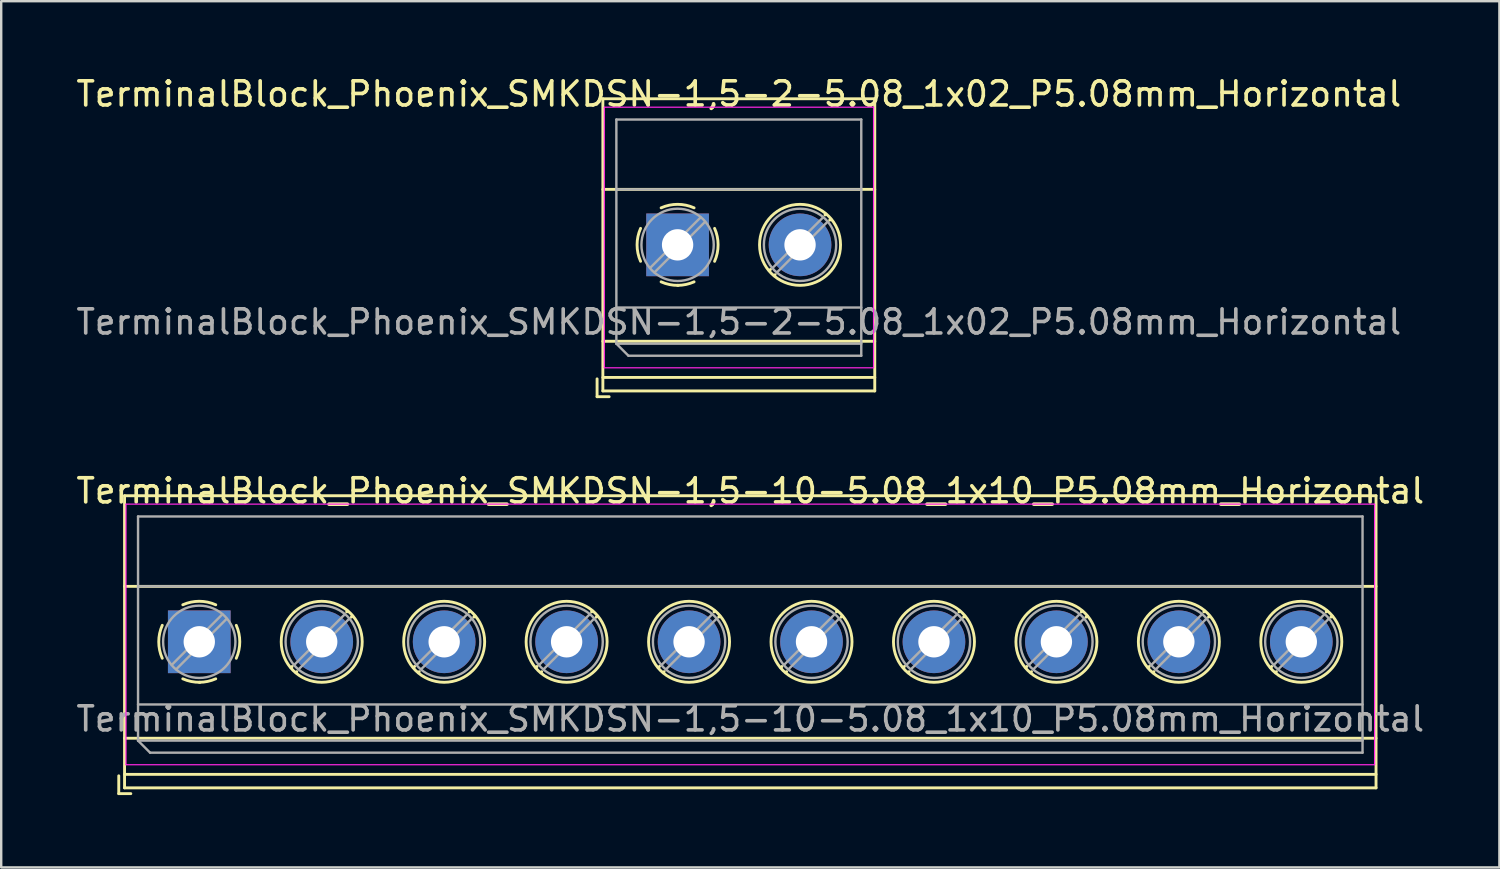
<source format=kicad_pcb>
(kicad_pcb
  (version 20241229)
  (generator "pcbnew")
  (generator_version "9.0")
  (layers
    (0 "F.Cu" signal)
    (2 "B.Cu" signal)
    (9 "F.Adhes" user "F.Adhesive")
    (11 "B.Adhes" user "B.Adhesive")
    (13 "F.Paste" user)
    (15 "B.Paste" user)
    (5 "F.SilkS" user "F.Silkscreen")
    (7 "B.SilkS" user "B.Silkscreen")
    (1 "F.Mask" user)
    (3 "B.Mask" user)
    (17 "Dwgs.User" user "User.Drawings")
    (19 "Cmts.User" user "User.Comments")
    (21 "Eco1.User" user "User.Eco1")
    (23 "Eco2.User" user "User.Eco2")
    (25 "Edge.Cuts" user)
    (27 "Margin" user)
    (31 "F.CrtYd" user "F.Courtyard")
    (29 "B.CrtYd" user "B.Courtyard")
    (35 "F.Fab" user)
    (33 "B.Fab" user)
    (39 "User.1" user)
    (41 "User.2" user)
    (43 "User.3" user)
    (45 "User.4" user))
  (footprint "TerminalBlock_Phoenix_SMKDSN-1,5-10-5.08_1x10_P5.08mm_Horizontal"
    (layer "F.Cu")
    (at 5.217 23.576)
    (property "Reference" "TerminalBlock_Phoenix_SMKDSN-1,5-10-5.08_1x10_P5.08mm_Horizontal" (at 22.86 -6.26 0) (layer "F.SilkS") (effects (font (size 1 1) (thickness 0.15))))
    (attr through_hole)
    (fp_line (start -3.34 5.56) (end -3.34 6.3) (stroke (width 0.12) (type solid)) (layer "F.SilkS"))
    (fp_line (start -3.34 6.3) (end -2.84 6.3) (stroke (width 0.12) (type solid)) (layer "F.SilkS"))
    (fp_line (start -3.1 -6.06) (end -3.1 6.06) (stroke (width 0.12) (type solid)) (layer "F.SilkS"))
    (fp_line (start -3.1 -6.06) (end 48.82 -6.06) (stroke (width 0.12) (type solid)) (layer "F.SilkS"))
    (fp_line (start -3.1 -2.3) (end 48.82 -2.3) (stroke (width 0.12) (type solid)) (layer "F.SilkS"))
    (fp_line (start -3.1 4) (end 48.82 4) (stroke (width 0.12) (type solid)) (layer "F.SilkS"))
    (fp_line (start -3.1 5.5) (end 48.82 5.5) (stroke (width 0.12) (type solid)) (layer "F.SilkS"))
    (fp_line (start -3.1 6.06) (end 48.82 6.06) (stroke (width 0.12) (type solid)) (layer "F.SilkS"))
    (fp_line (start 3.853 1.023) (end 3.806 1.069) (stroke (width 0.12) (type solid)) (layer "F.SilkS"))
    (fp_line (start 4.046 1.239) (end 4.011 1.274) (stroke (width 0.12) (type solid)) (layer "F.SilkS"))
    (fp_line (start 6.15 -1.275) (end 6.115 -1.239) (stroke (width 0.12) (type solid)) (layer "F.SilkS"))
    (fp_line (start 6.355 -1.069) (end 6.308 -1.023) (stroke (width 0.12) (type solid)) (layer "F.SilkS"))
    (fp_line (start 8.933 1.023) (end 8.886 1.069) (stroke (width 0.12) (type solid)) (layer "F.SilkS"))
    (fp_line (start 9.126 1.239) (end 9.091 1.274) (stroke (width 0.12) (type solid)) (layer "F.SilkS"))
    (fp_line (start 11.23 -1.275) (end 11.195 -1.239) (stroke (width 0.12) (type solid)) (layer "F.SilkS"))
    (fp_line (start 11.435 -1.069) (end 11.388 -1.023) (stroke (width 0.12) (type solid)) (layer "F.SilkS"))
    (fp_line (start 14.013 1.023) (end 13.966 1.069) (stroke (width 0.12) (type solid)) (layer "F.SilkS"))
    (fp_line (start 14.206 1.239) (end 14.171 1.274) (stroke (width 0.12) (type solid)) (layer "F.SilkS"))
    (fp_line (start 16.31 -1.275) (end 16.275 -1.239) (stroke (width 0.12) (type solid)) (layer "F.SilkS"))
    (fp_line (start 16.515 -1.069) (end 16.468 -1.023) (stroke (width 0.12) (type solid)) (layer "F.SilkS"))
    (fp_line (start 19.093 1.023) (end 19.046 1.069) (stroke (width 0.12) (type solid)) (layer "F.SilkS"))
    (fp_line (start 19.286 1.239) (end 19.251 1.274) (stroke (width 0.12) (type solid)) (layer "F.SilkS"))
    (fp_line (start 21.39 -1.275) (end 21.355 -1.239) (stroke (width 0.12) (type solid)) (layer "F.SilkS"))
    (fp_line (start 21.595 -1.069) (end 21.548 -1.023) (stroke (width 0.12) (type solid)) (layer "F.SilkS"))
    (fp_line (start 24.173 1.023) (end 24.126 1.069) (stroke (width 0.12) (type solid)) (layer "F.SilkS"))
    (fp_line (start 24.366 1.239) (end 24.331 1.274) (stroke (width 0.12) (type solid)) (layer "F.SilkS"))
    (fp_line (start 26.47 -1.275) (end 26.435 -1.239) (stroke (width 0.12) (type solid)) (layer "F.SilkS"))
    (fp_line (start 26.675 -1.069) (end 26.628 -1.023) (stroke (width 0.12) (type solid)) (layer "F.SilkS"))
    (fp_line (start 29.253 1.023) (end 29.206 1.069) (stroke (width 0.12) (type solid)) (layer "F.SilkS"))
    (fp_line (start 29.446 1.239) (end 29.411 1.274) (stroke (width 0.12) (type solid)) (layer "F.SilkS"))
    (fp_line (start 31.55 -1.275) (end 31.515 -1.239) (stroke (width 0.12) (type solid)) (layer "F.SilkS"))
    (fp_line (start 31.755 -1.069) (end 31.708 -1.023) (stroke (width 0.12) (type solid)) (layer "F.SilkS"))
    (fp_line (start 34.333 1.023) (end 34.286 1.069) (stroke (width 0.12) (type solid)) (layer "F.SilkS"))
    (fp_line (start 34.526 1.239) (end 34.491 1.274) (stroke (width 0.12) (type solid)) (layer "F.SilkS"))
    (fp_line (start 36.63 -1.275) (end 36.595 -1.239) (stroke (width 0.12) (type solid)) (layer "F.SilkS"))
    (fp_line (start 36.835 -1.069) (end 36.788 -1.023) (stroke (width 0.12) (type solid)) (layer "F.SilkS"))
    (fp_line (start 39.413 1.023) (end 39.366 1.069) (stroke (width 0.12) (type solid)) (layer "F.SilkS"))
    (fp_line (start 39.606 1.239) (end 39.571 1.274) (stroke (width 0.12) (type solid)) (layer "F.SilkS"))
    (fp_line (start 41.71 -1.275) (end 41.675 -1.239) (stroke (width 0.12) (type solid)) (layer "F.SilkS"))
    (fp_line (start 41.915 -1.069) (end 41.868 -1.023) (stroke (width 0.12) (type solid)) (layer "F.SilkS"))
    (fp_line (start 44.493 1.023) (end 44.446 1.069) (stroke (width 0.12) (type solid)) (layer "F.SilkS"))
    (fp_line (start 44.686 1.239) (end 44.651 1.274) (stroke (width 0.12) (type solid)) (layer "F.SilkS"))
    (fp_line (start 46.79 -1.275) (end 46.755 -1.239) (stroke (width 0.12) (type solid)) (layer "F.SilkS"))
    (fp_line (start 46.995 -1.069) (end 46.948 -1.023) (stroke (width 0.12) (type solid)) (layer "F.SilkS"))
    (fp_line (start 48.82 -6.06) (end 48.82 6.06) (stroke (width 0.12) (type solid)) (layer "F.SilkS"))
    (fp_arc (start -1.535427 0.683042) (mid -1.680501 -0.000524) (end -1.535 -0.684) (stroke (width 0.12) (type solid)) (layer "F.SilkS"))
    (fp_arc (start -0.683042 -1.535427) (mid 0.000524 -1.680501) (end 0.684 -1.535) (stroke (width 0.12) (type solid)) (layer "F.SilkS"))
    (fp_arc (start 0.028805 1.680253) (mid -0.335551 1.646659) (end -0.684 1.535) (stroke (width 0.12) (type solid)) (layer "F.SilkS"))
    (fp_arc (start 0.683318 1.534756) (mid 0.349292 1.643288) (end 0 1.68) (stroke (width 0.12) (type solid)) (layer "F.SilkS"))
    (fp_arc (start 1.535427 -0.683042) (mid 1.680501 0.000524) (end 1.535 0.684) (stroke (width 0.12) (type solid)) (layer "F.SilkS"))
    (fp_circle (center 5.08 0) (end 6.76 0) (stroke (width 0.12) (type solid)) (fill no) (layer "F.SilkS"))
    (fp_circle (center 10.16 0) (end 11.84 0) (stroke (width 0.12) (type solid)) (fill no) (layer "F.SilkS"))
    (fp_circle (center 15.24 0) (end 16.92 0) (stroke (width 0.12) (type solid)) (fill no) (layer "F.SilkS"))
    (fp_circle (center 20.32 0) (end 22 0) (stroke (width 0.12) (type solid)) (fill no) (layer "F.SilkS"))
    (fp_circle (center 25.4 0) (end 27.08 0) (stroke (width 0.12) (type solid)) (fill no) (layer "F.SilkS"))
    (fp_circle (center 30.48 0) (end 32.16 0) (stroke (width 0.12) (type solid)) (fill no) (layer "F.SilkS"))
    (fp_circle (center 35.56 0) (end 37.24 0) (stroke (width 0.12) (type solid)) (fill no) (layer "F.SilkS"))
    (fp_circle (center 40.64 0) (end 42.32 0) (stroke (width 0.12) (type solid)) (fill no) (layer "F.SilkS"))
    (fp_circle (center 45.72 0) (end 47.4 0) (stroke (width 0.12) (type solid)) (fill no) (layer "F.SilkS"))
    (fp_line (start -3.04 -5.71) (end -3.04 5.1) (stroke (width 0.05) (type solid)) (layer "F.CrtYd"))
    (fp_line (start -3.04 5.1) (end 48.76 5.1) (stroke (width 0.05) (type solid)) (layer "F.CrtYd"))
    (fp_line (start 48.76 -5.71) (end -3.04 -5.71) (stroke (width 0.05) (type solid)) (layer "F.CrtYd"))
    (fp_line (start 48.76 5.1) (end 48.76 -5.71) (stroke (width 0.05) (type solid)) (layer "F.CrtYd"))
    (fp_line (start -2.54 -5.2) (end 48.26 -5.2) (stroke (width 0.1) (type solid)) (layer "F.Fab"))
    (fp_line (start -2.54 -2.3) (end 48.26 -2.3) (stroke (width 0.1) (type solid)) (layer "F.Fab"))
    (fp_line (start -2.54 2.6) (end 48.26 2.6) (stroke (width 0.1) (type solid)) (layer "F.Fab"))
    (fp_line (start -2.54 4.1) (end -2.54 -5.2) (stroke (width 0.1) (type solid)) (layer "F.Fab"))
    (fp_line (start -2.54 4.1) (end 48.26 4.1) (stroke (width 0.1) (type solid)) (layer "F.Fab"))
    (fp_line (start -2.04 4.6) (end -2.54 4.1) (stroke (width 0.1) (type solid)) (layer "F.Fab"))
    (fp_line (start 0.955 -1.138) (end -1.138 0.955) (stroke (width 0.1) (type solid)) (layer "F.Fab"))
    (fp_line (start 1.138 -0.955) (end -0.955 1.138) (stroke (width 0.1) (type solid)) (layer "F.Fab"))
    (fp_line (start 6.035 -1.138) (end 3.943 0.955) (stroke (width 0.1) (type solid)) (layer "F.Fab"))
    (fp_line (start 6.218 -0.955) (end 4.126 1.138) (stroke (width 0.1) (type solid)) (layer "F.Fab"))
    (fp_line (start 11.115 -1.138) (end 9.023 0.955) (stroke (width 0.1) (type solid)) (layer "F.Fab"))
    (fp_line (start 11.298 -0.955) (end 9.206 1.138) (stroke (width 0.1) (type solid)) (layer "F.Fab"))
    (fp_line (start 16.195 -1.138) (end 14.103 0.955) (stroke (width 0.1) (type solid)) (layer "F.Fab"))
    (fp_line (start 16.378 -0.955) (end 14.286 1.138) (stroke (width 0.1) (type solid)) (layer "F.Fab"))
    (fp_line (start 21.275 -1.138) (end 19.183 0.955) (stroke (width 0.1) (type solid)) (layer "F.Fab"))
    (fp_line (start 21.458 -0.955) (end 19.366 1.138) (stroke (width 0.1) (type solid)) (layer "F.Fab"))
    (fp_line (start 26.355 -1.138) (end 24.263 0.955) (stroke (width 0.1) (type solid)) (layer "F.Fab"))
    (fp_line (start 26.538 -0.955) (end 24.446 1.138) (stroke (width 0.1) (type solid)) (layer "F.Fab"))
    (fp_line (start 31.435 -1.138) (end 29.343 0.955) (stroke (width 0.1) (type solid)) (layer "F.Fab"))
    (fp_line (start 31.618 -0.955) (end 29.526 1.138) (stroke (width 0.1) (type solid)) (layer "F.Fab"))
    (fp_line (start 36.515 -1.138) (end 34.423 0.955) (stroke (width 0.1) (type solid)) (layer "F.Fab"))
    (fp_line (start 36.698 -0.955) (end 34.606 1.138) (stroke (width 0.1) (type solid)) (layer "F.Fab"))
    (fp_line (start 41.595 -1.138) (end 39.503 0.955) (stroke (width 0.1) (type solid)) (layer "F.Fab"))
    (fp_line (start 41.778 -0.955) (end 39.686 1.138) (stroke (width 0.1) (type solid)) (layer "F.Fab"))
    (fp_line (start 46.675 -1.138) (end 44.583 0.955) (stroke (width 0.1) (type solid)) (layer "F.Fab"))
    (fp_line (start 46.858 -0.955) (end 44.766 1.138) (stroke (width 0.1) (type solid)) (layer "F.Fab"))
    (fp_line (start 48.26 -5.2) (end 48.26 4.6) (stroke (width 0.1) (type solid)) (layer "F.Fab"))
    (fp_line (start 48.26 4.6) (end -2.04 4.6) (stroke (width 0.1) (type solid)) (layer "F.Fab"))
    (fp_circle (center 0 0) (end 1.5 0) (stroke (width 0.1) (type solid)) (fill no) (layer "F.Fab"))
    (fp_circle (center 5.08 0) (end 6.58 0) (stroke (width 0.1) (type solid)) (fill no) (layer "F.Fab"))
    (fp_circle (center 10.16 0) (end 11.66 0) (stroke (width 0.1) (type solid)) (fill no) (layer "F.Fab"))
    (fp_circle (center 15.24 0) (end 16.74 0) (stroke (width 0.1) (type solid)) (fill no) (layer "F.Fab"))
    (fp_circle (center 20.32 0) (end 21.82 0) (stroke (width 0.1) (type solid)) (fill no) (layer "F.Fab"))
    (fp_circle (center 25.4 0) (end 26.9 0) (stroke (width 0.1) (type solid)) (fill no) (layer "F.Fab"))
    (fp_circle (center 30.48 0) (end 31.98 0) (stroke (width 0.1) (type solid)) (fill no) (layer "F.Fab"))
    (fp_circle (center 35.56 0) (end 37.06 0) (stroke (width 0.1) (type solid)) (fill no) (layer "F.Fab"))
    (fp_circle (center 40.64 0) (end 42.14 0) (stroke (width 0.1) (type solid)) (fill no) (layer "F.Fab"))
    (fp_circle (center 45.72 0) (end 47.22 0) (stroke (width 0.1) (type solid)) (fill no) (layer "F.Fab"))
    (fp_text user "${REFERENCE}" (at 22.86 3.2 0) (layer "F.Fab") (effects (font (size 1 1) (thickness 0.15))))
    (pad "1" thru_hole rect (at 0 0) (size 2.6 2.6) (drill 1.3) (layers "*.Cu" "*.Mask"))
    (pad "2" thru_hole circle (at 5.08 0) (size 2.6 2.6) (drill 1.3) (layers "*.Cu" "*.Mask"))
    (pad "3" thru_hole circle (at 10.16 0) (size 2.6 2.6) (drill 1.3) (layers "*.Cu" "*.Mask"))
    (pad "4" thru_hole circle (at 15.24 0) (size 2.6 2.6) (drill 1.3) (layers "*.Cu" "*.Mask"))
    (pad "5" thru_hole circle (at 20.32 0) (size 2.6 2.6) (drill 1.3) (layers "*.Cu" "*.Mask"))
    (pad "6" thru_hole circle (at 25.4 0) (size 2.6 2.6) (drill 1.3) (layers "*.Cu" "*.Mask"))
    (pad "7" thru_hole circle (at 30.48 0) (size 2.6 2.6) (drill 1.3) (layers "*.Cu" "*.Mask"))
    (pad "8" thru_hole circle (at 35.56 0) (size 2.6 2.6) (drill 1.3) (layers "*.Cu" "*.Mask"))
    (pad "9" thru_hole circle (at 40.64 0) (size 2.6 2.6) (drill 1.3) (layers "*.Cu" "*.Mask"))
    (pad "10" thru_hole circle (at 45.72 0) (size 2.6 2.6) (drill 1.3) (layers "*.Cu" "*.Mask")))
  (footprint "TerminalBlock_Phoenix_SMKDSN-1,5-2-5.08_1x02_P5.08mm_Horizontal"
    (layer "F.Cu")
    (at 25.061 7.108)
    (property "Reference" "TerminalBlock_Phoenix_SMKDSN-1,5-2-5.08_1x02_P5.08mm_Horizontal" (at 2.54 -6.26 0) (layer "F.SilkS") (effects (font (size 1 1) (thickness 0.15))))
    (attr through_hole)
    (fp_line (start -3.34 5.56) (end -3.34 6.3) (stroke (width 0.12) (type solid)) (layer "F.SilkS"))
    (fp_line (start -3.34 6.3) (end -2.84 6.3) (stroke (width 0.12) (type solid)) (layer "F.SilkS"))
    (fp_line (start -3.1 -6.06) (end -3.1 6.06) (stroke (width 0.12) (type solid)) (layer "F.SilkS"))
    (fp_line (start -3.1 -6.06) (end 8.18 -6.06) (stroke (width 0.12) (type solid)) (layer "F.SilkS"))
    (fp_line (start -3.1 -2.301) (end 8.18 -2.301) (stroke (width 0.12) (type solid)) (layer "F.SilkS"))
    (fp_line (start -3.1 4) (end 8.18 4) (stroke (width 0.12) (type solid)) (layer "F.SilkS"))
    (fp_line (start -3.1 5.5) (end 8.18 5.5) (stroke (width 0.12) (type solid)) (layer "F.SilkS"))
    (fp_line (start -3.1 6.06) (end 8.18 6.06) (stroke (width 0.12) (type solid)) (layer "F.SilkS"))
    (fp_line (start 3.853 1.023) (end 3.806 1.069) (stroke (width 0.12) (type solid)) (layer "F.SilkS"))
    (fp_line (start 4.046 1.239) (end 4.011 1.274) (stroke (width 0.12) (type solid)) (layer "F.SilkS"))
    (fp_line (start 6.15 -1.275) (end 6.115 -1.239) (stroke (width 0.12) (type solid)) (layer "F.SilkS"))
    (fp_line (start 6.355 -1.069) (end 6.308 -1.023) (stroke (width 0.12) (type solid)) (layer "F.SilkS"))
    (fp_line (start 8.18 -6.06) (end 8.18 6.06) (stroke (width 0.12) (type solid)) (layer "F.SilkS"))
    (fp_arc (start -1.535427 0.683042) (mid -1.680501 -0.000524) (end -1.535 -0.684) (stroke (width 0.12) (type solid)) (layer "F.SilkS"))
    (fp_arc (start -0.683042 -1.535427) (mid 0.000524 -1.680501) (end 0.684 -1.535) (stroke (width 0.12) (type solid)) (layer "F.SilkS"))
    (fp_arc (start 0.028805 1.680253) (mid -0.335551 1.646659) (end -0.684 1.535) (stroke (width 0.12) (type solid)) (layer "F.SilkS"))
    (fp_arc (start 0.683318 1.534756) (mid 0.349292 1.643288) (end 0 1.68) (stroke (width 0.12) (type solid)) (layer "F.SilkS"))
    (fp_arc (start 1.535427 -0.683042) (mid 1.680501 0.000524) (end 1.535 0.684) (stroke (width 0.12) (type solid)) (layer "F.SilkS"))
    (fp_circle (center 5.08 0) (end 6.76 0) (stroke (width 0.12) (type solid)) (fill no) (layer "F.SilkS"))
    (fp_line (start -3.04 -5.71) (end -3.04 5.1) (stroke (width 0.05) (type solid)) (layer "F.CrtYd"))
    (fp_line (start -3.04 5.1) (end 8.13 5.1) (stroke (width 0.05) (type solid)) (layer "F.CrtYd"))
    (fp_line (start 8.13 -5.71) (end -3.04 -5.71) (stroke (width 0.05) (type solid)) (layer "F.CrtYd"))
    (fp_line (start 8.13 5.1) (end 8.13 -5.71) (stroke (width 0.05) (type solid)) (layer "F.CrtYd"))
    (fp_line (start -2.54 -5.2) (end 7.62 -5.2) (stroke (width 0.1) (type solid)) (layer "F.Fab"))
    (fp_line (start -2.54 -2.3) (end 7.62 -2.3) (stroke (width 0.1) (type solid)) (layer "F.Fab"))
    (fp_line (start -2.54 2.6) (end 7.62 2.6) (stroke (width 0.1) (type solid)) (layer "F.Fab"))
    (fp_line (start -2.54 4.1) (end -2.54 -5.2) (stroke (width 0.1) (type solid)) (layer "F.Fab"))
    (fp_line (start -2.54 4.1) (end 7.62 4.1) (stroke (width 0.1) (type solid)) (layer "F.Fab"))
    (fp_line (start -2.04 4.6) (end -2.54 4.1) (stroke (width 0.1) (type solid)) (layer "F.Fab"))
    (fp_line (start 0.955 -1.138) (end -1.138 0.955) (stroke (width 0.1) (type solid)) (layer "F.Fab"))
    (fp_line (start 1.138 -0.955) (end -0.955 1.138) (stroke (width 0.1) (type solid)) (layer "F.Fab"))
    (fp_line (start 6.035 -1.138) (end 3.943 0.955) (stroke (width 0.1) (type solid)) (layer "F.Fab"))
    (fp_line (start 6.218 -0.955) (end 4.126 1.138) (stroke (width 0.1) (type solid)) (layer "F.Fab"))
    (fp_line (start 7.62 -5.2) (end 7.62 4.6) (stroke (width 0.1) (type solid)) (layer "F.Fab"))
    (fp_line (start 7.62 4.6) (end -2.04 4.6) (stroke (width 0.1) (type solid)) (layer "F.Fab"))
    (fp_circle (center 0 0) (end 1.5 0) (stroke (width 0.1) (type solid)) (fill no) (layer "F.Fab"))
    (fp_circle (center 5.08 0) (end 6.58 0) (stroke (width 0.1) (type solid)) (fill no) (layer "F.Fab"))
    (fp_text user "${REFERENCE}" (at 2.54 3.2 0) (layer "F.Fab") (effects (font (size 1 1) (thickness 0.15))))
    (pad "1" thru_hole rect (at 0 0) (size 2.6 2.6) (drill 1.3) (layers "*.Cu" "*.Mask"))
    (pad "2" thru_hole circle (at 5.08 0) (size 2.6 2.6) (drill 1.3) (layers "*.Cu" "*.Mask")))
  (gr_rect
    (start -3 -3)
    (end 59.155 32.937)
    (stroke (width 0.1) (type default))
    (fill no)
    (layer "Edge.Cuts")))
</source>
